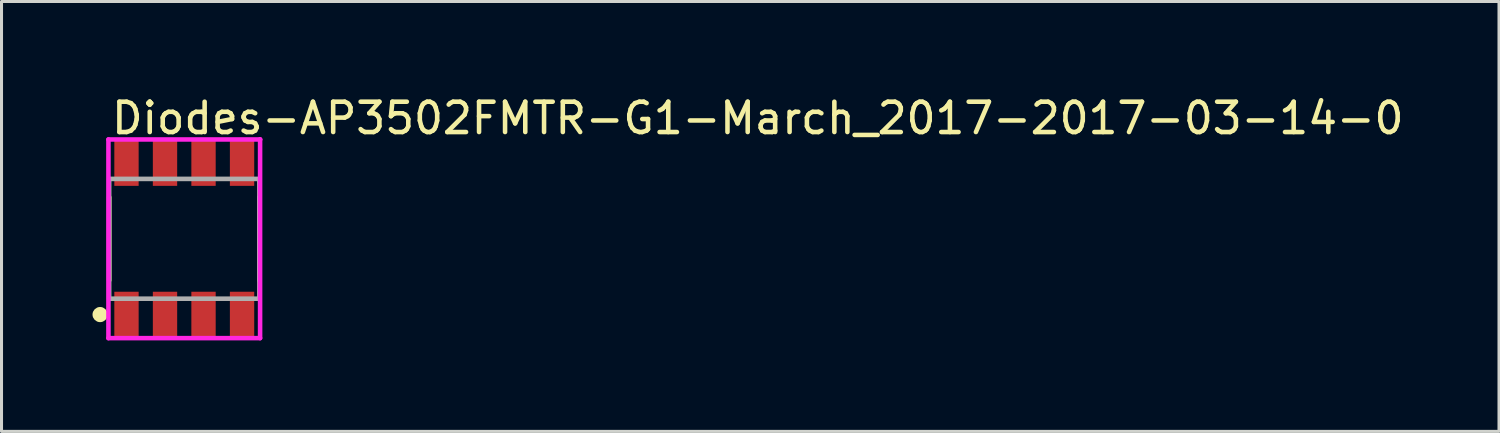
<source format=kicad_pcb>
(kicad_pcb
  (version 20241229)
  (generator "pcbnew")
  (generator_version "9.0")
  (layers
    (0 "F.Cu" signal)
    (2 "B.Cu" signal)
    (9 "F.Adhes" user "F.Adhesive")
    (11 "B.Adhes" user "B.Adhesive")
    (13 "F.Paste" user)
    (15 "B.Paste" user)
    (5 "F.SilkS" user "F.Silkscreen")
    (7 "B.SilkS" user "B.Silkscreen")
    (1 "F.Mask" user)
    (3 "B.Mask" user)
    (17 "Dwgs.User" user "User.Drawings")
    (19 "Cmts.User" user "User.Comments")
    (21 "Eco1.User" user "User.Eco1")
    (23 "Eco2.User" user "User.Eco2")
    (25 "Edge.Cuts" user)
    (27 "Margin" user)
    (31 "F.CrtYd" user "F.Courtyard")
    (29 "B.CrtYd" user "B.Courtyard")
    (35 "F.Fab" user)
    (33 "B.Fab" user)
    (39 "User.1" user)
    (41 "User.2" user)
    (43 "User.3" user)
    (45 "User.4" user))
  (footprint "Diodes-AP3502FMTR-G1-March_2017-2017-03-14-0"
    (layer "F.Cu")
    (at 3.025 4.823)
    (property "Reference" "Diodes-AP3502FMTR-G1-March_2017-2017-03-14-0" (at -2.475 -3.975 0) (layer "F.SilkS") (effects (font (size 1 1) (thickness 0.15)) (justify left)))
    (attr through_hole)
    (fp_line (start -2.475 1.37) (end -2.475 -1.37) (stroke (width 0.15) (type solid)) (layer "F.SilkS"))
    (fp_line (start 2.475 1.37) (end 2.475 -1.37) (stroke (width 0.15) (type solid)) (layer "F.SilkS"))
    (fp_circle (center -2.775 2.498) (end -2.65 2.498) (stroke (width 0.25) (type solid)) (fill no) (layer "F.SilkS"))
    (fp_line (start -2.5 -3.275) (end -2.5 3.275) (stroke (width 0.15) (type solid)) (layer "F.CrtYd"))
    (fp_line (start -2.5 3.275) (end 2.5 3.275) (stroke (width 0.15) (type solid)) (layer "F.CrtYd"))
    (fp_line (start 2.5 -3.275) (end -2.5 -3.275) (stroke (width 0.15) (type solid)) (layer "F.CrtYd"))
    (fp_line (start 2.5 -3.275) (end 2.5 -3.275) (stroke (width 0.15) (type solid)) (layer "F.CrtYd"))
    (fp_line (start 2.5 3.275) (end 2.5 -3.275) (stroke (width 0.15) (type solid)) (layer "F.CrtYd"))
    (fp_line (start -2.475 -1.975) (end 2.475 -1.975) (stroke (width 0.15) (type solid)) (layer "F.Fab"))
    (fp_line (start -2.475 1.975) (end -2.475 -1.975) (stroke (width 0.15) (type solid)) (layer "F.Fab"))
    (fp_line (start 2.475 -1.975) (end 2.475 1.975) (stroke (width 0.15) (type solid)) (layer "F.Fab"))
    (fp_line (start 2.475 1.975) (end -2.475 1.975) (stroke (width 0.15) (type solid)) (layer "F.Fab"))
    (pad "1" smd rect (at -1.905 2.498) (size 0.802 1.505) (layers "F.Cu" "F.Mask" "F.Paste"))
    (pad "2" smd rect (at -0.635 2.498) (size 0.802 1.505) (layers "F.Cu" "F.Mask" "F.Paste"))
    (pad "3" smd rect (at 0.635 2.498) (size 0.802 1.505) (layers "F.Cu" "F.Mask" "F.Paste"))
    (pad "4" smd rect (at 1.905 2.498) (size 0.802 1.505) (layers "F.Cu" "F.Mask" "F.Paste"))
    (pad "5" smd rect (at 1.905 -2.498) (size 0.802 1.505) (layers "F.Cu" "F.Mask" "F.Paste"))
    (pad "6" smd rect (at 0.635 -2.498) (size 0.802 1.505) (layers "F.Cu" "F.Mask" "F.Paste"))
    (pad "7" smd rect (at -0.635 -2.498) (size 0.802 1.505) (layers "F.Cu" "F.Mask" "F.Paste"))
    (pad "8" smd rect (at -1.905 -2.498) (size 0.802 1.505) (layers "F.Cu" "F.Mask" "F.Paste")))
  (gr_rect
    (start -3 -3)
    (end 46.371 11.173)
    (stroke (width 0.1) (type default))
    (fill no)
    (layer "Edge.Cuts")))
</source>
